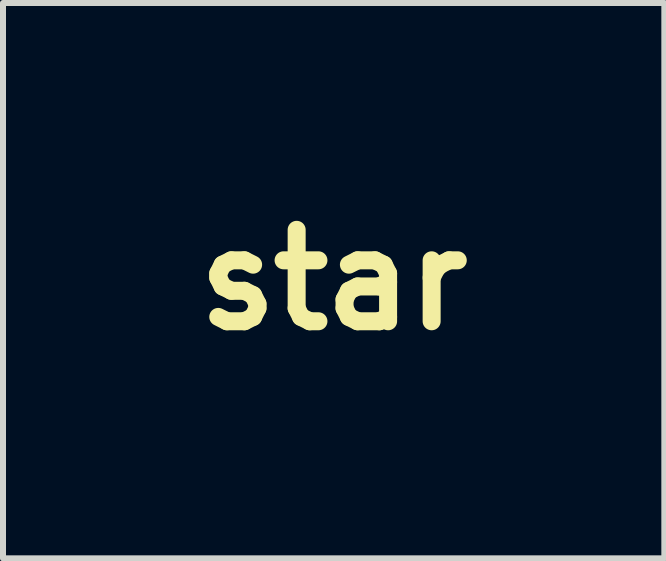
<source format=kicad_pcb>
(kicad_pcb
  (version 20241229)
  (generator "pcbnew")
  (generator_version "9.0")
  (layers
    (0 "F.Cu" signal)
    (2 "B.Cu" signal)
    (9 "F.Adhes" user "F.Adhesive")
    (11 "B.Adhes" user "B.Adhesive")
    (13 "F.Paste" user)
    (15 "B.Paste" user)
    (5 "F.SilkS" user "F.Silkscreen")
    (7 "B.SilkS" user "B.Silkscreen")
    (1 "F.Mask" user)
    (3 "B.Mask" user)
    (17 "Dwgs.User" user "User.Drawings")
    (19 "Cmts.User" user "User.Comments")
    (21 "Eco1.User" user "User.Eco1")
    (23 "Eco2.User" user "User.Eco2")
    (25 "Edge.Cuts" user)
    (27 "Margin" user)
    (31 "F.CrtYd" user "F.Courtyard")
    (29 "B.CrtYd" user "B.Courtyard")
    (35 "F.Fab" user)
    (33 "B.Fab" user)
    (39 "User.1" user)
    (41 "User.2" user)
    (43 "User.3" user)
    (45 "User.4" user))
  (footprint "star"
    (layer "F.Cu")
    (at 2.511 1.615)
    (property "Reference" "star" (at 0 0 0) (layer "F.SilkS") (effects (font (size 1.524 1.524) (thickness 0.3))))
    (attr through_hole)
    (fp_poly (pts (xy -0.394 1.584) (xy -0.384 1.593) (xy -0.38 1.605) (xy -0.384 1.619) (xy -0.39 1.627) (xy -0.404 1.636) (xy -0.417 1.635) (xy -0.429 1.626) (xy -0.437 1.612) (xy -0.438 1.599) (xy -0.431 1.588) (xy -0.418 1.581) (xy -0.409 1.58) (xy -0.394 1.584)) (stroke (width 0.01) (type solid)) (fill yes) (layer "F.Mask"))
    (fp_poly (pts (xy 0.369 -1.415) (xy 0.378 -1.41) (xy 0.387 -1.4) (xy 0.389 -1.386) (xy 0.385 -1.373) (xy 0.377 -1.365) (xy 0.364 -1.359) (xy 0.354 -1.36) (xy 0.344 -1.367) (xy 0.335 -1.381) (xy 0.335 -1.395) (xy 0.343 -1.408) (xy 0.356 -1.416) (xy 0.369 -1.415)) (stroke (width 0.01) (type solid)) (fill yes) (layer "F.Mask"))
    (fp_poly (pts (xy 1.129 1.273) (xy 1.141 1.28) (xy 1.148 1.293) (xy 1.148 1.307) (xy 1.142 1.319) (xy 1.132 1.327) (xy 1.119 1.329) (xy 1.111 1.327) (xy 1.099 1.318) (xy 1.094 1.305) (xy 1.095 1.291) (xy 1.102 1.28) (xy 1.115 1.272) (xy 1.129 1.273)) (stroke (width 0.01) (type solid)) (fill yes) (layer "F.Mask"))
    (fp_poly (pts (xy -0.714 1.046) (xy -0.704 1.056) (xy -0.7 1.068) (xy -0.702 1.081) (xy -0.708 1.09) (xy -0.721 1.096) (xy -0.735 1.096) (xy -0.747 1.09) (xy -0.747 1.09) (xy -0.753 1.08) (xy -0.754 1.07) (xy -0.751 1.055) (xy -0.74 1.045) (xy -0.727 1.043) (xy -0.714 1.046)) (stroke (width 0.01) (type solid)) (fill yes) (layer "F.Mask"))
    (fp_poly (pts (xy 1.515 0.804) (xy 1.524 0.81) (xy 1.534 0.821) (xy 1.536 0.834) (xy 1.532 0.846) (xy 1.523 0.855) (xy 1.512 0.86) (xy 1.498 0.858) (xy 1.488 0.853) (xy 1.482 0.844) (xy 1.48 0.83) (xy 1.483 0.818) (xy 1.486 0.812) (xy 1.5 0.803) (xy 1.515 0.804)) (stroke (width 0.01) (type solid)) (fill yes) (layer "F.Mask"))
    (fp_poly (pts (xy 1.629 1.333) (xy 1.641 1.342) (xy 1.641 1.343) (xy 1.649 1.357) (xy 1.649 1.369) (xy 1.64 1.38) (xy 1.639 1.381) (xy 1.624 1.389) (xy 1.611 1.388) (xy 1.6 1.381) (xy 1.592 1.367) (xy 1.593 1.353) (xy 1.601 1.34) (xy 1.615 1.332) (xy 1.629 1.333)) (stroke (width 0.01) (type solid)) (fill yes) (layer "F.Mask"))
    (fp_poly (pts (xy 1.641 -0.286) (xy 1.651 -0.279) (xy 1.658 -0.266) (xy 1.659 -0.252) (xy 1.654 -0.24) (xy 1.643 -0.231) (xy 1.632 -0.229) (xy 1.623 -0.231) (xy 1.615 -0.236) (xy 1.607 -0.246) (xy 1.605 -0.26) (xy 1.611 -0.274) (xy 1.615 -0.279) (xy 1.628 -0.287) (xy 1.641 -0.286)) (stroke (width 0.01) (type solid)) (fill yes) (layer "F.Mask"))
    (fp_poly (pts (xy 0.097 1.476) (xy 0.108 1.486) (xy 0.114 1.498) (xy 0.114 1.502) (xy 0.11 1.513) (xy 0.101 1.524) (xy 0.09 1.531) (xy 0.084 1.532) (xy 0.074 1.529) (xy 0.067 1.523) (xy 0.06 1.51) (xy 0.06 1.496) (xy 0.066 1.483) (xy 0.076 1.475) (xy 0.086 1.472) (xy 0.097 1.476)) (stroke (width 0.01) (type solid)) (fill yes) (layer "F.Mask"))
    (fp_poly (pts (xy 1.024 -0.833) (xy 1.035 -0.824) (xy 1.041 -0.812) (xy 1.043 -0.806) (xy 1.038 -0.794) (xy 1.028 -0.785) (xy 1.015 -0.781) (xy 1.003 -0.782) (xy 0.991 -0.791) (xy 0.984 -0.804) (xy 0.983 -0.811) (xy 0.987 -0.82) (xy 0.996 -0.83) (xy 1.007 -0.836) (xy 1.013 -0.837) (xy 1.024 -0.833)) (stroke (width 0.01) (type solid)) (fill yes) (layer "F.Mask"))
    (fp_poly (pts (xy 1.651 0.182) (xy 1.652 0.183) (xy 1.662 0.196) (xy 1.664 0.21) (xy 1.656 0.223) (xy 1.655 0.224) (xy 1.642 0.232) (xy 1.628 0.231) (xy 1.615 0.222) (xy 1.614 0.221) (xy 1.608 0.207) (xy 1.61 0.194) (xy 1.62 0.182) (xy 1.631 0.175) (xy 1.64 0.175) (xy 1.651 0.182)) (stroke (width 0.01) (type solid)) (fill yes) (layer "F.Mask"))
    (fp_poly (pts (xy -1.731 -0.092) (xy -1.72 -0.084) (xy -1.714 -0.075) (xy -1.711 -0.066) (xy -1.714 -0.057) (xy -1.718 -0.051) (xy -1.73 -0.04) (xy -1.744 -0.038) (xy -1.757 -0.043) (xy -1.76 -0.047) (xy -1.768 -0.06) (xy -1.767 -0.074) (xy -1.757 -0.087) (xy -1.755 -0.088) (xy -1.745 -0.094) (xy -1.736 -0.094) (xy -1.731 -0.092)) (stroke (width 0.01) (type solid)) (fill yes) (layer "F.Mask"))
    (fp_poly (pts (xy -0.357 -1.057) (xy -0.352 -1.052) (xy -0.341 -1.036) (xy -0.339 -1.019) (xy -0.346 -1.002) (xy -0.348 -1) (xy -0.361 -0.99) (xy -0.377 -0.987) (xy -0.393 -0.991) (xy -0.405 -0.999) (xy -0.415 -1.014) (xy -0.416 -1.03) (xy -0.408 -1.046) (xy -0.402 -1.052) (xy -0.386 -1.063) (xy -0.372 -1.064) (xy -0.357 -1.057)) (stroke (width 0.01) (type solid)) (fill yes) (layer "F.Mask"))
    (fp_poly (pts (xy -0.767 -0.53) (xy -0.753 -0.519) (xy -0.746 -0.504) (xy -0.745 -0.493) (xy -0.749 -0.477) (xy -0.759 -0.465) (xy -0.774 -0.457) (xy -0.789 -0.457) (xy -0.796 -0.459) (xy -0.81 -0.468) (xy -0.819 -0.479) (xy -0.822 -0.491) (xy -0.822 -0.503) (xy -0.818 -0.512) (xy -0.81 -0.521) (xy -0.795 -0.532) (xy -0.781 -0.534) (xy -0.767 -0.53)) (stroke (width 0.01) (type solid)) (fill yes) (layer "F.Mask"))
    (fp_poly (pts (xy -1.426 -0.357) (xy -1.415 -0.348) (xy -1.409 -0.337) (xy -1.408 -0.333) (xy -1.412 -0.323) (xy -1.42 -0.313) (xy -1.43 -0.305) (xy -1.438 -0.302) (xy -1.446 -0.305) (xy -1.456 -0.312) (xy -1.457 -0.313) (xy -1.464 -0.323) (xy -1.468 -0.333) (xy -1.468 -0.334) (xy -1.464 -0.346) (xy -1.454 -0.356) (xy -1.441 -0.361) (xy -1.438 -0.361) (xy -1.426 -0.357)) (stroke (width 0.01) (type solid)) (fill yes) (layer "F.Mask"))
    (fp_poly (pts (xy -0.801 -0.823) (xy -0.784 -0.812) (xy -0.772 -0.797) (xy -0.764 -0.779) (xy -0.764 -0.77) (xy -0.768 -0.752) (xy -0.779 -0.735) (xy -0.794 -0.723) (xy -0.812 -0.716) (xy -0.83 -0.717) (xy -0.849 -0.726) (xy -0.863 -0.741) (xy -0.872 -0.76) (xy -0.873 -0.771) (xy -0.869 -0.789) (xy -0.859 -0.806) (xy -0.843 -0.819) (xy -0.826 -0.827) (xy -0.818 -0.828) (xy -0.801 -0.823)) (stroke (width 0.01) (type solid)) (fill yes) (layer "F.Mask"))
    (fp_poly (pts (xy -0.752 0.412) (xy -0.737 0.427) (xy -0.732 0.436) (xy -0.726 0.45) (xy -0.725 0.461) (xy -0.727 0.472) (xy -0.737 0.491) (xy -0.752 0.504) (xy -0.77 0.511) (xy -0.79 0.511) (xy -0.809 0.503) (xy -0.813 0.5) (xy -0.827 0.484) (xy -0.833 0.465) (xy -0.832 0.445) (xy -0.824 0.427) (xy -0.81 0.413) (xy -0.79 0.404) (xy -0.77 0.404) (xy -0.752 0.412)) (stroke (width 0.01) (type solid)) (fill yes) (layer "F.Mask"))
    (fp_poly (pts (xy 0.486 1.25) (xy 0.503 1.256) (xy 0.519 1.27) (xy 0.523 1.276) (xy 0.53 1.296) (xy 0.528 1.316) (xy 0.519 1.334) (xy 0.503 1.348) (xy 0.485 1.356) (xy 0.468 1.357) (xy 0.448 1.349) (xy 0.447 1.348) (xy 0.431 1.334) (xy 0.422 1.317) (xy 0.421 1.303) (xy 0.424 1.282) (xy 0.435 1.266) (xy 0.45 1.255) (xy 0.467 1.249) (xy 0.486 1.25)) (stroke (width 0.01) (type solid)) (fill yes) (layer "F.Mask"))
    (fp_poly (pts (xy -0.268 -1.606) (xy -0.256 -1.596) (xy -0.247 -1.583) (xy -0.242 -1.571) (xy -0.242 -1.568) (xy -0.245 -1.558) (xy -0.252 -1.547) (xy -0.261 -1.537) (xy -0.269 -1.532) (xy -0.27 -1.532) (xy -0.277 -1.53) (xy -0.28 -1.53) (xy -0.288 -1.53) (xy -0.297 -1.533) (xy -0.311 -1.544) (xy -0.319 -1.559) (xy -0.321 -1.575) (xy -0.32 -1.58) (xy -0.311 -1.594) (xy -0.297 -1.605) (xy -0.281 -1.609) (xy -0.279 -1.61) (xy -0.268 -1.606)) (stroke (width 0.01) (type solid)) (fill yes) (layer "F.Mask"))
    (fp_poly (pts (xy 1.736 -0.889) (xy 1.752 -0.881) (xy 1.767 -0.865) (xy 1.771 -0.86) (xy 1.778 -0.844) (xy 1.777 -0.829) (xy 1.768 -0.813) (xy 1.759 -0.802) (xy 1.746 -0.79) (xy 1.736 -0.784) (xy 1.726 -0.782) (xy 1.721 -0.782) (xy 1.706 -0.784) (xy 1.692 -0.789) (xy 1.691 -0.79) (xy 1.675 -0.804) (xy 1.666 -0.824) (xy 1.664 -0.839) (xy 1.668 -0.856) (xy 1.679 -0.872) (xy 1.694 -0.885) (xy 1.711 -0.891) (xy 1.717 -0.892) (xy 1.736 -0.889)) (stroke (width 0.01) (type solid)) (fill yes) (layer "F.Mask"))
    (fp_poly (pts (xy 0.014 -1.429) (xy 0.03 -1.424) (xy 0.047 -1.415) (xy 0.066 -1.401) (xy 0.086 -1.383) (xy 0.109 -1.36) (xy 0.134 -1.331) (xy 0.162 -1.297) (xy 0.194 -1.256) (xy 0.228 -1.209) (xy 0.267 -1.156) (xy 0.31 -1.095) (xy 0.348 -1.039) (xy 0.366 -1.012) (xy 0.385 -0.984) (xy 0.404 -0.957) (xy 0.42 -0.934) (xy 0.428 -0.922) (xy 0.444 -0.899) (xy 0.462 -0.872) (xy 0.481 -0.845) (xy 0.496 -0.823) (xy 0.523 -0.784) (xy 0.546 -0.75) (xy 0.567 -0.721) (xy 0.584 -0.697) (xy 0.596 -0.68) (xy 0.605 -0.669) (xy 0.608 -0.665) (xy 0.614 -0.665) (xy 0.627 -0.665) (xy 0.647 -0.665) (xy 0.671 -0.666) (xy 0.699 -0.667) (xy 0.703 -0.668) (xy 0.738 -0.67) (xy 0.777 -0.672) (xy 0.816 -0.674) (xy 0.851 -0.676) (xy 0.871 -0.677) (xy 0.899 -0.678) (xy 0.934 -0.68) (xy 0.972 -0.683) (xy 1.012 -0.685) (xy 1.05 -0.688) (xy 1.063 -0.688) (xy 1.1 -0.691) (xy 1.143 -0.693) (xy 1.19 -0.695) (xy 1.238 -0.696) (xy 1.283 -0.697) (xy 1.315 -0.698) (xy 1.357 -0.699) (xy 1.39 -0.699) (xy 1.417 -0.699) (xy 1.439 -0.699) (xy 1.457 -0.698) (xy 1.472 -0.696) (xy 1.486 -0.695) (xy 1.496 -0.693) (xy 1.532 -0.684) (xy 1.56 -0.674) (xy 1.581 -0.661) (xy 1.593 -0.644) (xy 1.599 -0.624) (xy 1.598 -0.6) (xy 1.596 -0.586) (xy 1.59 -0.567) (xy 1.581 -0.545) (xy 1.568 -0.519) (xy 1.551 -0.489) (xy 1.529 -0.455) (xy 1.503 -0.416) (xy 1.472 -0.372) (xy 1.436 -0.322) (xy 1.394 -0.266) (xy 1.346 -0.204) (xy 1.342 -0.199) (xy 1.332 -0.185) (xy 1.318 -0.167) (xy 1.302 -0.147) (xy 1.289 -0.13) (xy 1.262 -0.094) (xy 1.236 -0.06) (xy 1.212 -0.03) (xy 1.198 -0.011) (xy 1.19 -0.001) (xy 1.179 0.014) (xy 1.166 0.031) (xy 1.16 0.038) (xy 1.148 0.054) (xy 1.137 0.068) (xy 1.13 0.078) (xy 1.127 0.081) (xy 1.122 0.088) (xy 1.113 0.1) (xy 1.1 0.116) (xy 1.088 0.132) (xy 1.072 0.155) (xy 1.062 0.172) (xy 1.057 0.185) (xy 1.057 0.195) (xy 1.06 0.199) (xy 1.064 0.206) (xy 1.068 0.218) (xy 1.07 0.222) (xy 1.075 0.237) (xy 1.081 0.252) (xy 1.081 0.254) (xy 1.09 0.275) (xy 1.101 0.304) (xy 1.111 0.332) (xy 1.118 0.349) (xy 1.124 0.364) (xy 1.127 0.373) (xy 1.132 0.386) (xy 1.139 0.402) (xy 1.141 0.407) (xy 1.147 0.423) (xy 1.153 0.437) (xy 1.154 0.441) (xy 1.16 0.456) (xy 1.166 0.471) (xy 1.166 0.471) (xy 1.171 0.484) (xy 1.175 0.495) (xy 1.176 0.496) (xy 1.178 0.503) (xy 1.184 0.517) (xy 1.192 0.537) (xy 1.201 0.561) (xy 1.211 0.587) (xy 1.212 0.59) (xy 1.223 0.617) (xy 1.233 0.643) (xy 1.241 0.666) (xy 1.248 0.684) (xy 1.253 0.695) (xy 1.253 0.695) (xy 1.273 0.745) (xy 1.292 0.796) (xy 1.309 0.847) (xy 1.325 0.896) (xy 1.339 0.941) (xy 1.349 0.982) (xy 1.357 1.017) (xy 1.359 1.026) (xy 1.362 1.06) (xy 1.358 1.089) (xy 1.347 1.112) (xy 1.33 1.129) (xy 1.322 1.134) (xy 1.303 1.14) (xy 1.279 1.143) (xy 1.252 1.143) (xy 1.225 1.14) (xy 1.217 1.138) (xy 1.201 1.134) (xy 1.18 1.13) (xy 1.166 1.126) (xy 1.149 1.122) (xy 1.133 1.118) (xy 1.125 1.116) (xy 1.114 1.112) (xy 1.099 1.108) (xy 1.086 1.104) (xy 1.069 1.099) (xy 1.048 1.092) (xy 1.024 1.085) (xy 1 1.077) (xy 0.978 1.07) (xy 0.959 1.063) (xy 0.945 1.058) (xy 0.94 1.056) (xy 0.931 1.053) (xy 0.917 1.048) (xy 0.899 1.041) (xy 0.889 1.038) (xy 0.869 1.032) (xy 0.844 1.023) (xy 0.816 1.013) (xy 0.788 1.003) (xy 0.784 1.001) (xy 0.758 0.992) (xy 0.732 0.983) (xy 0.709 0.975) (xy 0.691 0.968) (xy 0.688 0.967) (xy 0.67 0.961) (xy 0.647 0.953) (xy 0.622 0.944) (xy 0.604 0.937) (xy 0.58 0.929) (xy 0.556 0.921) (xy 0.536 0.914) (xy 0.524 0.909) (xy 0.507 0.904) (xy 0.494 0.899) (xy 0.487 0.896) (xy 0.479 0.893) (xy 0.464 0.888) (xy 0.446 0.882) (xy 0.434 0.877) (xy 0.39 0.862) (xy 0.37 0.878) (xy 0.358 0.887) (xy 0.35 0.894) (xy 0.348 0.896) (xy 0.343 0.9) (xy 0.333 0.908) (xy 0.318 0.92) (xy 0.3 0.935) (xy 0.278 0.952) (xy 0.277 0.953) (xy 0.228 0.993) (xy 0.182 1.031) (xy 0.135 1.069) (xy 0.086 1.109) (xy 0.033 1.153) (xy 0.025 1.159) (xy 0.008 1.173) (xy -0.009 1.187) (xy -0.022 1.198) (xy -0.027 1.202) (xy -0.041 1.212) (xy -0.055 1.224) (xy -0.07 1.235) (xy -0.082 1.245) (xy -0.09 1.251) (xy -0.091 1.253) (xy -0.098 1.259) (xy -0.111 1.269) (xy -0.128 1.282) (xy -0.148 1.298) (xy -0.171 1.315) (xy -0.194 1.332) (xy -0.217 1.348) (xy -0.239 1.364) (xy -0.258 1.377) (xy -0.273 1.387) (xy -0.282 1.393) (xy -0.286 1.395) (xy -0.291 1.397) (xy -0.301 1.402) (xy -0.305 1.405) (xy -0.334 1.42) (xy -0.363 1.429) (xy -0.39 1.433) (xy -0.407 1.431) (xy -0.421 1.426) (xy -0.433 1.416) (xy -0.444 1.402) (xy -0.454 1.381) (xy -0.464 1.353) (xy -0.471 1.328) (xy -0.473 1.314) (xy -0.475 1.291) (xy -0.477 1.259) (xy -0.478 1.218) (xy -0.479 1.169) (xy -0.479 1.112) (xy -0.479 1.048) (xy -0.478 0.976) (xy -0.477 0.896) (xy -0.475 0.809) (xy -0.473 0.716) (xy -0.47 0.615) (xy -0.468 0.537) (xy -0.465 0.445) (xy -0.49 0.428) (xy -0.504 0.418) (xy -0.526 0.404) (xy -0.556 0.384) (xy -0.593 0.36) (xy -0.637 0.332) (xy -0.69 0.298) (xy -0.712 0.283) (xy -0.731 0.271) (xy -0.749 0.26) (xy -0.762 0.252) (xy -0.769 0.248) (xy -0.77 0.247) (xy -0.777 0.243) (xy -0.777 0.243) (xy -0.782 0.239) (xy -0.793 0.232) (xy -0.808 0.222) (xy -0.828 0.209) (xy -0.837 0.204) (xy -0.859 0.19) (xy -0.88 0.176) (xy -0.897 0.165) (xy -0.91 0.157) (xy -0.912 0.155) (xy -0.922 0.149) (xy -0.938 0.138) (xy -0.958 0.125) (xy -0.981 0.11) (xy -1.004 0.095) (xy -1.059 0.057) (xy -1.107 0.023) (xy -1.148 -0.007) (xy -1.181 -0.035) (xy -1.208 -0.06) (xy -1.228 -0.082) (xy -1.239 -0.099) (xy -0.946 -0.099) (xy -0.944 -0.089) (xy -0.938 -0.076) (xy -0.933 -0.068) (xy -0.923 -0.054) (xy -0.909 -0.039) (xy -0.891 -0.022) (xy -0.869 -0.003) (xy -0.84 0.019) (xy -0.806 0.045) (xy -0.765 0.074) (xy -0.731 0.097) (xy -0.728 0.099) (xy -0.724 0.101) (xy -0.719 0.105) (xy -0.711 0.11) (xy -0.7 0.117) (xy -0.685 0.127) (xy -0.666 0.139) (xy -0.641 0.155) (xy -0.611 0.174) (xy -0.575 0.197) (xy -0.532 0.225) (xy -0.524 0.229) (xy -0.482 0.257) (xy -0.446 0.28) (xy -0.416 0.299) (xy -0.392 0.314) (xy -0.373 0.327) (xy -0.359 0.336) (xy -0.347 0.344) (xy -0.339 0.35) (xy -0.332 0.354) (xy -0.329 0.356) (xy -0.314 0.367) (xy -0.317 0.519) (xy -0.318 0.563) (xy -0.32 0.612) (xy -0.321 0.662) (xy -0.322 0.711) (xy -0.324 0.757) (xy -0.325 0.796) (xy -0.325 0.797) (xy -0.327 0.865) (xy -0.327 0.927) (xy -0.325 0.982) (xy -0.322 1.03) (xy -0.318 1.069) (xy -0.313 1.094) (xy -0.303 1.122) (xy -0.29 1.142) (xy -0.274 1.153) (xy -0.254 1.156) (xy -0.23 1.151) (xy -0.229 1.151) (xy -0.188 1.133) (xy -0.151 1.11) (xy -0.144 1.105) (xy -0.106 1.077) (xy -0.072 1.052) (xy -0.044 1.031) (xy -0.021 1.014) (xy -0.005 1.001) (xy 0.004 0.993) (xy 0.005 0.992) (xy 0.009 0.988) (xy 0.019 0.981) (xy 0.027 0.974) (xy 0.041 0.963) (xy 0.054 0.953) (xy 0.059 0.948) (xy 0.067 0.942) (xy 0.08 0.931) (xy 0.097 0.917) (xy 0.117 0.901) (xy 0.128 0.892) (xy 0.148 0.875) (xy 0.166 0.861) (xy 0.181 0.848) (xy 0.191 0.84) (xy 0.194 0.838) (xy 0.201 0.832) (xy 0.214 0.822) (xy 0.23 0.809) (xy 0.248 0.794) (xy 0.251 0.791) (xy 0.269 0.777) (xy 0.284 0.764) (xy 0.296 0.755) (xy 0.301 0.75) (xy 0.302 0.75) (xy 0.309 0.743) (xy 0.321 0.734) (xy 0.334 0.724) (xy 0.348 0.713) (xy 0.36 0.705) (xy 0.368 0.7) (xy 0.37 0.7) (xy 0.378 0.702) (xy 0.383 0.704) (xy 0.39 0.707) (xy 0.404 0.712) (xy 0.423 0.719) (xy 0.439 0.724) (xy 0.465 0.733) (xy 0.495 0.743) (xy 0.523 0.753) (xy 0.533 0.757) (xy 0.556 0.765) (xy 0.581 0.774) (xy 0.602 0.781) (xy 0.61 0.784) (xy 0.628 0.79) (xy 0.651 0.798) (xy 0.676 0.807) (xy 0.695 0.814) (xy 0.719 0.822) (xy 0.742 0.831) (xy 0.763 0.838) (xy 0.775 0.842) (xy 0.791 0.847) (xy 0.805 0.852) (xy 0.812 0.855) (xy 0.822 0.859) (xy 0.839 0.865) (xy 0.861 0.872) (xy 0.886 0.88) (xy 0.912 0.889) (xy 0.937 0.896) (xy 0.96 0.903) (xy 0.976 0.908) (xy 1.002 0.914) (xy 1.03 0.918) (xy 1.057 0.921) (xy 1.079 0.922) (xy 1.092 0.921) (xy 1.114 0.914) (xy 1.126 0.905) (xy 1.132 0.898) (xy 1.136 0.89) (xy 1.138 0.879) (xy 1.139 0.862) (xy 1.139 0.86) (xy 1.137 0.838) (xy 1.133 0.812) (xy 1.127 0.782) (xy 1.117 0.747) (xy 1.104 0.706) (xy 1.087 0.658) (xy 1.071 0.615) (xy 1.065 0.597) (xy 1.058 0.579) (xy 1.053 0.567) (xy 1.047 0.554) (xy 1.043 0.543) (xy 1.043 0.542) (xy 1.04 0.534) (xy 1.034 0.52) (xy 1.027 0.501) (xy 1.018 0.479) (xy 1.016 0.473) (xy 0.999 0.43) (xy 0.982 0.387) (xy 0.966 0.345) (xy 0.951 0.305) (xy 0.937 0.268) (xy 0.924 0.235) (xy 0.914 0.207) (xy 0.905 0.184) (xy 0.899 0.168) (xy 0.896 0.158) (xy 0.896 0.157) (xy 0.898 0.153) (xy 0.902 0.146) (xy 0.91 0.135) (xy 0.921 0.119) (xy 0.937 0.098) (xy 0.957 0.071) (xy 0.982 0.039) (xy 1.011 0.000245) (xy 1.038 -0.034) (xy 1.086 -0.096) (xy 1.128 -0.152) (xy 1.166 -0.201) (xy 1.198 -0.245) (xy 1.226 -0.283) (xy 1.25 -0.316) (xy 1.271 -0.346) (xy 1.287 -0.371) (xy 1.301 -0.393) (xy 1.311 -0.412) (xy 1.319 -0.429) (xy 1.324 -0.444) (xy 1.328 -0.457) (xy 1.33 -0.47) (xy 1.331 -0.481) (xy 1.33 -0.495) (xy 1.326 -0.505) (xy 1.316 -0.514) (xy 1.314 -0.516) (xy 1.304 -0.523) (xy 1.293 -0.529) (xy 1.279 -0.533) (xy 1.261 -0.537) (xy 1.239 -0.539) (xy 1.211 -0.541) (xy 1.176 -0.541) (xy 1.134 -0.542) (xy 1.125 -0.541) (xy 1.087 -0.541) (xy 1.046 -0.54) (xy 1.006 -0.539) (xy 0.969 -0.538) (xy 0.936 -0.536) (xy 0.926 -0.536) (xy 0.849 -0.531) (xy 0.78 -0.527) (xy 0.721 -0.523) (xy 0.67 -0.521) (xy 0.627 -0.519) (xy 0.593 -0.517) (xy 0.567 -0.517) (xy 0.549 -0.517) (xy 0.539 -0.518) (xy 0.537 -0.519) (xy 0.532 -0.524) (xy 0.524 -0.536) (xy 0.513 -0.552) (xy 0.499 -0.571) (xy 0.496 -0.576) (xy 0.48 -0.599) (xy 0.462 -0.626) (xy 0.442 -0.655) (xy 0.422 -0.684) (xy 0.413 -0.697) (xy 0.395 -0.723) (xy 0.376 -0.751) (xy 0.358 -0.777) (xy 0.342 -0.8) (xy 0.335 -0.81) (xy 0.295 -0.868) (xy 0.26 -0.918) (xy 0.228 -0.962) (xy 0.201 -0.999) (xy 0.176 -1.03) (xy 0.155 -1.057) (xy 0.135 -1.078) (xy 0.118 -1.096) (xy 0.117 -1.096) (xy 0.099 -1.113) (xy 0.083 -1.123) (xy 0.069 -1.128) (xy 0.052 -1.129) (xy 0.052 -1.129) (xy 0.037 -1.126) (xy 0.022 -1.116) (xy 0.007 -1.098) (xy -0.008 -1.073) (xy -0.023 -1.04) (xy -0.039 -0.999) (xy -0.055 -0.949) (xy -0.072 -0.891) (xy -0.078 -0.871) (xy -0.081 -0.859) (xy -0.085 -0.843) (xy -0.089 -0.83) (xy -0.093 -0.815) (xy -0.099 -0.793) (xy -0.105 -0.769) (xy -0.112 -0.744) (xy -0.112 -0.743) (xy -0.119 -0.718) (xy -0.125 -0.693) (xy -0.131 -0.672) (xy -0.135 -0.657) (xy -0.135 -0.656) (xy -0.138 -0.645) (xy -0.141 -0.633) (xy -0.145 -0.618) (xy -0.15 -0.599) (xy -0.157 -0.575) (xy -0.164 -0.545) (xy -0.174 -0.507) (xy -0.176 -0.502) (xy -0.185 -0.466) (xy -0.192 -0.439) (xy -0.198 -0.418) (xy -0.203 -0.403) (xy -0.207 -0.392) (xy -0.211 -0.386) (xy -0.215 -0.382) (xy -0.22 -0.38) (xy -0.225 -0.378) (xy -0.225 -0.378) (xy -0.235 -0.376) (xy -0.246 -0.373) (xy -0.261 -0.368) (xy -0.28 -0.363) (xy -0.305 -0.355) (xy -0.337 -0.345) (xy -0.345 -0.343) (xy -0.374 -0.334) (xy -0.403 -0.326) (xy -0.429 -0.318) (xy -0.451 -0.311) (xy -0.461 -0.308) (xy -0.495 -0.298) (xy -0.529 -0.288) (xy -0.56 -0.279) (xy -0.586 -0.271) (xy -0.601 -0.267) (xy -0.618 -0.262) (xy -0.633 -0.258) (xy -0.638 -0.256) (xy -0.652 -0.252) (xy -0.668 -0.248) (xy -0.67 -0.247) (xy -0.681 -0.244) (xy -0.698 -0.238) (xy -0.72 -0.231) (xy -0.744 -0.223) (xy -0.757 -0.219) (xy -0.807 -0.201) (xy -0.849 -0.184) (xy -0.883 -0.168) (xy -0.909 -0.153) (xy -0.928 -0.138) (xy -0.94 -0.123) (xy -0.946 -0.108) (xy -0.946 -0.099) (xy -1.239 -0.099) (xy -1.242 -0.103) (xy -1.25 -0.122) (xy -1.253 -0.14) (xy -1.253 -0.141) (xy -1.252 -0.156) (xy -1.247 -0.168) (xy -1.238 -0.18) (xy -1.236 -0.182) (xy -1.226 -0.194) (xy -1.213 -0.205) (xy -1.199 -0.215) (xy -1.181 -0.225) (xy -1.158 -0.237) (xy -1.13 -0.25) (xy -1.094 -0.265) (xy -1.081 -0.27) (xy -1.069 -0.275) (xy -1.049 -0.282) (xy -1.023 -0.291) (xy -0.991 -0.301) (xy -0.957 -0.312) (xy -0.919 -0.323) (xy -0.881 -0.335) (xy -0.843 -0.347) (xy -0.806 -0.358) (xy -0.772 -0.368) (xy -0.757 -0.373) (xy -0.74 -0.377) (xy -0.725 -0.382) (xy -0.718 -0.384) (xy -0.707 -0.387) (xy -0.692 -0.392) (xy -0.679 -0.396) (xy -0.662 -0.4) (xy -0.648 -0.405) (xy -0.64 -0.407) (xy -0.63 -0.41) (xy -0.614 -0.415) (xy -0.601 -0.418) (xy -0.585 -0.423) (xy -0.57 -0.428) (xy -0.562 -0.43) (xy -0.552 -0.433) (xy -0.536 -0.438) (xy -0.524 -0.442) (xy -0.504 -0.447) (xy -0.479 -0.454) (xy -0.449 -0.463) (xy -0.412 -0.475) (xy -0.384 -0.483) (xy -0.366 -0.488) (xy -0.352 -0.493) (xy -0.342 -0.497) (xy -0.335 -0.503) (xy -0.329 -0.513) (xy -0.324 -0.526) (xy -0.319 -0.545) (xy -0.312 -0.571) (xy -0.309 -0.583) (xy -0.303 -0.607) (xy -0.296 -0.632) (xy -0.29 -0.655) (xy -0.289 -0.658) (xy -0.28 -0.69) (xy -0.273 -0.717) (xy -0.267 -0.739) (xy -0.261 -0.762) (xy -0.255 -0.787) (xy -0.247 -0.817) (xy -0.246 -0.818) (xy -0.234 -0.866) (xy -0.224 -0.906) (xy -0.215 -0.94) (xy -0.207 -0.969) (xy -0.2 -0.995) (xy -0.193 -1.02) (xy -0.187 -1.044) (xy -0.181 -1.065) (xy -0.177 -1.082) (xy -0.173 -1.096) (xy -0.171 -1.102) (xy -0.166 -1.12) (xy -0.16 -1.143) (xy -0.151 -1.169) (xy -0.143 -1.198) (xy -0.134 -1.227) (xy -0.125 -1.254) (xy -0.117 -1.278) (xy -0.11 -1.297) (xy -0.106 -1.309) (xy -0.105 -1.31) (xy -0.089 -1.345) (xy -0.074 -1.372) (xy -0.059 -1.394) (xy -0.047 -1.407) (xy -0.034 -1.42) (xy -0.025 -1.427) (xy -0.016 -1.43) (xy -0.005 -1.431) (xy -0.001 -1.431) (xy 0.014 -1.429)) (stroke (width 0.01) (type solid)) (fill yes) (layer "F.Mask")))
  (gr_rect
    (start -3 -3)
    (end 8.022 6.255)
    (stroke (width 0.1) (type default))
    (fill no)
    (layer "Edge.Cuts")))
</source>
